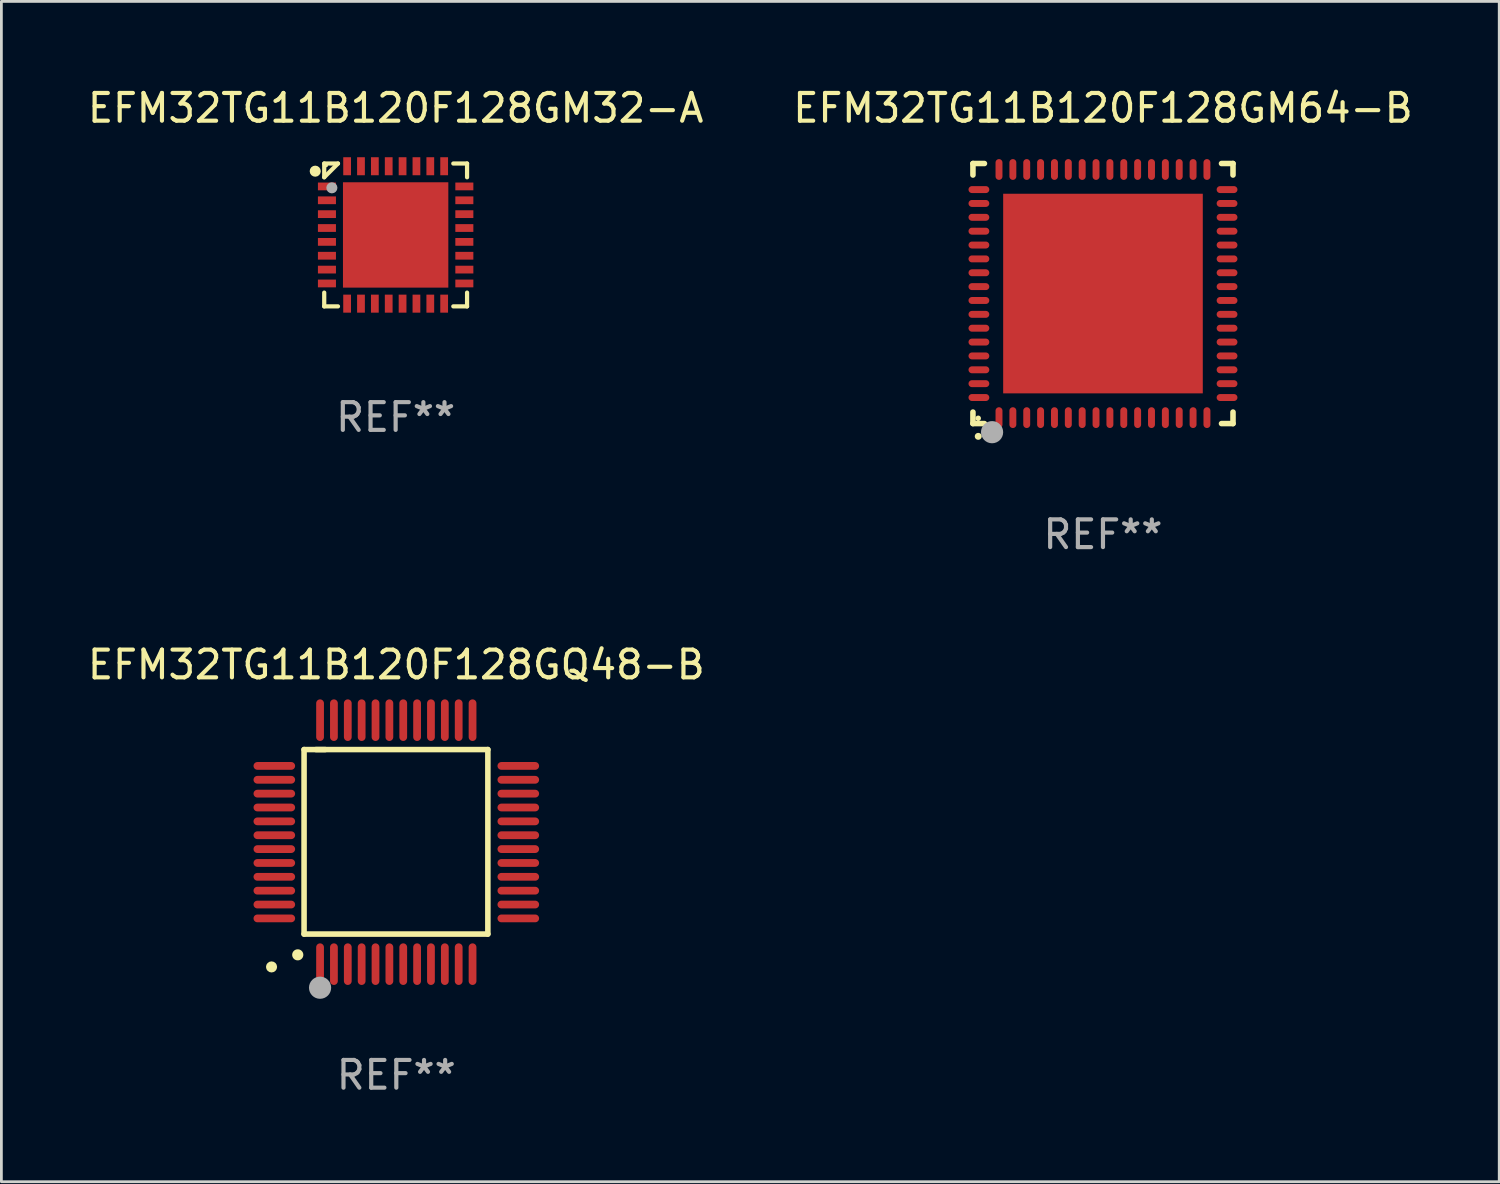
<source format=kicad_pcb>
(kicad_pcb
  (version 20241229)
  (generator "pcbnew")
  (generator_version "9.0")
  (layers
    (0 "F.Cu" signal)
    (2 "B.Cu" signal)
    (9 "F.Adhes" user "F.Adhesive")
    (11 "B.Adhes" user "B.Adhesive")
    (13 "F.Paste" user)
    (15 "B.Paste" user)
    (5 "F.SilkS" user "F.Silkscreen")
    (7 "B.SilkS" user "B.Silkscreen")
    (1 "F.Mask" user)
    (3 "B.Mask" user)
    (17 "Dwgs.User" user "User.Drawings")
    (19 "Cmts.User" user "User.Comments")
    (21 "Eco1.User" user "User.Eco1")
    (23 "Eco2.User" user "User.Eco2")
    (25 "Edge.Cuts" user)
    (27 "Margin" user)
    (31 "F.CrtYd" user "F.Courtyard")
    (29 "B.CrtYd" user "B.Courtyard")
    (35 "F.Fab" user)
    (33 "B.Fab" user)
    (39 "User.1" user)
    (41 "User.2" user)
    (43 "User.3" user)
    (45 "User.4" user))
  (footprint "EFM32TG11B120F128GM32-A"
    (layer "F.Cu")
    (at 11.22 5.424)
    (property "Reference" "EFM32TG11B120F128GM32-A" (at 0 -4.576 0) (layer "F.SilkS") (effects (font (size 1 1) (thickness 0.15))))
    (attr through_hole)
    (fp_line (start -2.576 -2.576) (end -2.576 -2.08) (stroke (width 0.152) (type solid)) (layer "F.SilkS"))
    (fp_line (start -2.576 2.576) (end -2.576 2.08) (stroke (width 0.152) (type solid)) (layer "F.SilkS"))
    (fp_line (start -2.08 -2.576) (end -2.576 -2.576) (stroke (width 0.152) (type solid)) (layer "F.SilkS"))
    (fp_line (start -2.08 -2.576) (end -2.576 -2.08) (stroke (width 0.152) (type solid)) (layer "F.SilkS"))
    (fp_line (start -2.08 2.576) (end -2.576 2.576) (stroke (width 0.152) (type solid)) (layer "F.SilkS"))
    (fp_line (start 2.08 -2.576) (end 2.576 -2.576) (stroke (width 0.152) (type solid)) (layer "F.SilkS"))
    (fp_line (start 2.08 2.576) (end 2.576 2.576) (stroke (width 0.152) (type solid)) (layer "F.SilkS"))
    (fp_line (start 2.576 -2.576) (end 2.576 -2.08) (stroke (width 0.152) (type solid)) (layer "F.SilkS"))
    (fp_line (start 2.576 2.576) (end 2.576 2.08) (stroke (width 0.152) (type solid)) (layer "F.SilkS"))
    (fp_circle (center -2.9 -2.3) (end -2.8 -2.3) (stroke (width 0.2) (type solid)) (fill no) (layer "F.SilkS"))
    (fp_circle (center -2.5 -2.5) (end -2.47 -2.5) (stroke (width 0.06) (type solid)) (fill no) (layer "F.SilkS"))
    (fp_circle (center -2.3 -1.7) (end -2.2 -1.7) (stroke (width 0.2) (type solid)) (fill no) (layer "F.Fab"))
    (fp_text user "REF**" (at 0 6.576 0) (layer "F.Fab") (effects (font (size 1 1) (thickness 0.15))))
    (pad "1" smd rect (at -2.478 -1.75) (size 0.65 0.28) (layers "F.Cu" "F.Mask" "F.Paste"))
    (pad "2" smd rect (at -2.478 -1.25) (size 0.65 0.28) (layers "F.Cu" "F.Mask" "F.Paste"))
    (pad "3" smd rect (at -2.478 -0.75) (size 0.65 0.28) (layers "F.Cu" "F.Mask" "F.Paste"))
    (pad "4" smd rect (at -2.478 -0.25) (size 0.65 0.28) (layers "F.Cu" "F.Mask" "F.Paste"))
    (pad "5" smd rect (at -2.478 0.25) (size 0.65 0.28) (layers "F.Cu" "F.Mask" "F.Paste"))
    (pad "6" smd rect (at -2.478 0.75) (size 0.65 0.28) (layers "F.Cu" "F.Mask" "F.Paste"))
    (pad "7" smd rect (at -2.478 1.25) (size 0.65 0.28) (layers "F.Cu" "F.Mask" "F.Paste"))
    (pad "8" smd rect (at -2.478 1.75) (size 0.65 0.28) (layers "F.Cu" "F.Mask" "F.Paste"))
    (pad "9" smd rect (at -1.75 2.478) (size 0.28 0.65) (layers "F.Cu" "F.Mask" "F.Paste"))
    (pad "10" smd rect (at -1.25 2.478) (size 0.28 0.65) (layers "F.Cu" "F.Mask" "F.Paste"))
    (pad "11" smd rect (at -0.75 2.478) (size 0.28 0.65) (layers "F.Cu" "F.Mask" "F.Paste"))
    (pad "12" smd rect (at -0.25 2.478) (size 0.28 0.65) (layers "F.Cu" "F.Mask" "F.Paste"))
    (pad "13" smd rect (at 0.25 2.478) (size 0.28 0.65) (layers "F.Cu" "F.Mask" "F.Paste"))
    (pad "14" smd rect (at 0.75 2.478) (size 0.28 0.65) (layers "F.Cu" "F.Mask" "F.Paste"))
    (pad "15" smd rect (at 1.25 2.478) (size 0.28 0.65) (layers "F.Cu" "F.Mask" "F.Paste"))
    (pad "16" smd rect (at 1.75 2.478) (size 0.28 0.65) (layers "F.Cu" "F.Mask" "F.Paste"))
    (pad "17" smd rect (at 2.478 1.75) (size 0.65 0.28) (layers "F.Cu" "F.Mask" "F.Paste"))
    (pad "18" smd rect (at 2.478 1.25) (size 0.65 0.28) (layers "F.Cu" "F.Mask" "F.Paste"))
    (pad "19" smd rect (at 2.478 0.75) (size 0.65 0.28) (layers "F.Cu" "F.Mask" "F.Paste"))
    (pad "20" smd rect (at 2.478 0.25) (size 0.65 0.28) (layers "F.Cu" "F.Mask" "F.Paste"))
    (pad "21" smd rect (at 2.478 -0.25) (size 0.65 0.28) (layers "F.Cu" "F.Mask" "F.Paste"))
    (pad "22" smd rect (at 2.478 -0.75) (size 0.65 0.28) (layers "F.Cu" "F.Mask" "F.Paste"))
    (pad "23" smd rect (at 2.478 -1.25) (size 0.65 0.28) (layers "F.Cu" "F.Mask" "F.Paste"))
    (pad "24" smd rect (at 2.478 -1.75) (size 0.65 0.28) (layers "F.Cu" "F.Mask" "F.Paste"))
    (pad "25" smd rect (at 1.75 -2.478) (size 0.28 0.65) (layers "F.Cu" "F.Mask" "F.Paste"))
    (pad "26" smd rect (at 1.25 -2.478) (size 0.28 0.65) (layers "F.Cu" "F.Mask" "F.Paste"))
    (pad "27" smd rect (at 0.75 -2.478) (size 0.28 0.65) (layers "F.Cu" "F.Mask" "F.Paste"))
    (pad "28" smd rect (at 0.25 -2.478) (size 0.28 0.65) (layers "F.Cu" "F.Mask" "F.Paste"))
    (pad "29" smd rect (at -0.25 -2.478) (size 0.28 0.65) (layers "F.Cu" "F.Mask" "F.Paste"))
    (pad "30" smd rect (at -0.75 -2.478) (size 0.28 0.65) (layers "F.Cu" "F.Mask" "F.Paste"))
    (pad "31" smd rect (at -1.25 -2.478) (size 0.28 0.65) (layers "F.Cu" "F.Mask" "F.Paste"))
    (pad "32" smd rect (at -1.75 -2.478) (size 0.28 0.65) (layers "F.Cu" "F.Mask" "F.Paste"))
    (pad "33" smd rect (at 0 0) (size 3.8 3.8) (layers "F.Cu" "F.Mask" "F.Paste")))
  (footprint "EFM32TG11B120F128GQ48-B"
    (layer "F.Cu")
    (at 11.244 27.325)
    (property "Reference" "EFM32TG11B120F128GQ48-B" (at 0 -6.4 0) (layer "F.SilkS") (effects (font (size 1 1) (thickness 0.15))))
    (attr through_hole)
    (fp_line (start -3.327 -3.34) (end -2.565 -3.34) (stroke (width 0.2) (type solid)) (layer "F.SilkS"))
    (fp_line (start -3.327 3.315) (end -3.327 -3.34) (stroke (width 0.2) (type solid)) (layer "F.SilkS"))
    (fp_line (start -2.896 -3.34) (end 3.302 -3.34) (stroke (width 0.2) (type solid)) (layer "F.SilkS"))
    (fp_line (start 3.302 -3.34) (end 3.302 3.315) (stroke (width 0.2) (type solid)) (layer "F.SilkS"))
    (fp_line (start 3.302 3.315) (end -3.327 3.315) (stroke (width 0.2) (type solid)) (layer "F.SilkS"))
    (fp_arc (start -3.556007 4.064008) (mid -3.554737 4.064004) (end -3.553467 4.064008) (stroke (width 0.4) (type solid)) (layer "F.SilkS"))
    (fp_circle (center -4.5 4.5) (end -4.4 4.5) (stroke (width 0.2) (type solid)) (fill no) (layer "F.SilkS"))
    (fp_circle (center -2.75 5.25) (end -2.55 5.25) (stroke (width 0.4) (type solid)) (fill no) (layer "F.Fab"))
    (fp_text user "REF**" (at 0 8.4 0) (layer "F.Fab") (effects (font (size 1 1) (thickness 0.15))))
    (pad "1" smd oval (at -2.75 4.4 180) (size 0.28 1.5) (layers "F.Cu" "F.Mask" "F.Paste"))
    (pad "2" smd oval (at -2.25 4.4 180) (size 0.28 1.5) (layers "F.Cu" "F.Mask" "F.Paste"))
    (pad "3" smd oval (at -1.75 4.4 180) (size 0.28 1.5) (layers "F.Cu" "F.Mask" "F.Paste"))
    (pad "4" smd oval (at -1.25 4.4 180) (size 0.28 1.5) (layers "F.Cu" "F.Mask" "F.Paste"))
    (pad "5" smd oval (at -0.75 4.4 180) (size 0.28 1.5) (layers "F.Cu" "F.Mask" "F.Paste"))
    (pad "6" smd oval (at -0.25 4.4 180) (size 0.28 1.5) (layers "F.Cu" "F.Mask" "F.Paste"))
    (pad "7" smd oval (at 0.25 4.4 180) (size 0.28 1.5) (layers "F.Cu" "F.Mask" "F.Paste"))
    (pad "8" smd oval (at 0.75 4.4 180) (size 0.28 1.5) (layers "F.Cu" "F.Mask" "F.Paste"))
    (pad "9" smd oval (at 1.25 4.4 180) (size 0.28 1.5) (layers "F.Cu" "F.Mask" "F.Paste"))
    (pad "10" smd oval (at 1.75 4.4 180) (size 0.28 1.5) (layers "F.Cu" "F.Mask" "F.Paste"))
    (pad "11" smd oval (at 2.25 4.4 180) (size 0.28 1.5) (layers "F.Cu" "F.Mask" "F.Paste"))
    (pad "12" smd oval (at 2.75 4.4 180) (size 0.28 1.5) (layers "F.Cu" "F.Mask" "F.Paste"))
    (pad "13" smd oval (at 4.4 2.75 90) (size 0.28 1.5) (layers "F.Cu" "F.Mask" "F.Paste"))
    (pad "14" smd oval (at 4.4 2.25 90) (size 0.28 1.5) (layers "F.Cu" "F.Mask" "F.Paste"))
    (pad "15" smd oval (at 4.4 1.75 90) (size 0.28 1.5) (layers "F.Cu" "F.Mask" "F.Paste"))
    (pad "16" smd oval (at 4.4 1.25 90) (size 0.28 1.5) (layers "F.Cu" "F.Mask" "F.Paste"))
    (pad "17" smd oval (at 4.4 0.75 90) (size 0.28 1.5) (layers "F.Cu" "F.Mask" "F.Paste"))
    (pad "18" smd oval (at 4.4 0.25 90) (size 0.28 1.5) (layers "F.Cu" "F.Mask" "F.Paste"))
    (pad "19" smd oval (at 4.4 -0.25 90) (size 0.28 1.5) (layers "F.Cu" "F.Mask" "F.Paste"))
    (pad "20" smd oval (at 4.4 -0.75 90) (size 0.28 1.5) (layers "F.Cu" "F.Mask" "F.Paste"))
    (pad "21" smd oval (at 4.4 -1.25 90) (size 0.28 1.5) (layers "F.Cu" "F.Mask" "F.Paste"))
    (pad "22" smd oval (at 4.4 -1.75 90) (size 0.28 1.5) (layers "F.Cu" "F.Mask" "F.Paste"))
    (pad "23" smd oval (at 4.4 -2.25 90) (size 0.28 1.5) (layers "F.Cu" "F.Mask" "F.Paste"))
    (pad "24" smd oval (at 4.4 -2.75 90) (size 0.28 1.5) (layers "F.Cu" "F.Mask" "F.Paste"))
    (pad "25" smd oval (at 2.75 -4.4 180) (size 0.28 1.5) (layers "F.Cu" "F.Mask" "F.Paste"))
    (pad "26" smd oval (at 2.25 -4.4 180) (size 0.28 1.5) (layers "F.Cu" "F.Mask" "F.Paste"))
    (pad "27" smd oval (at 1.75 -4.4 180) (size 0.28 1.5) (layers "F.Cu" "F.Mask" "F.Paste"))
    (pad "28" smd oval (at 1.25 -4.4 180) (size 0.28 1.5) (layers "F.Cu" "F.Mask" "F.Paste"))
    (pad "29" smd oval (at 0.75 -4.4 180) (size 0.28 1.5) (layers "F.Cu" "F.Mask" "F.Paste"))
    (pad "30" smd oval (at 0.25 -4.4 180) (size 0.28 1.5) (layers "F.Cu" "F.Mask" "F.Paste"))
    (pad "31" smd oval (at -0.25 -4.4 180) (size 0.28 1.5) (layers "F.Cu" "F.Mask" "F.Paste"))
    (pad "32" smd oval (at -0.75 -4.4 180) (size 0.28 1.5) (layers "F.Cu" "F.Mask" "F.Paste"))
    (pad "33" smd oval (at -1.25 -4.4 180) (size 0.28 1.5) (layers "F.Cu" "F.Mask" "F.Paste"))
    (pad "34" smd oval (at -1.75 -4.4 180) (size 0.28 1.5) (layers "F.Cu" "F.Mask" "F.Paste"))
    (pad "35" smd oval (at -2.25 -4.4 180) (size 0.28 1.5) (layers "F.Cu" "F.Mask" "F.Paste"))
    (pad "36" smd oval (at -2.75 -4.4 180) (size 0.28 1.5) (layers "F.Cu" "F.Mask" "F.Paste"))
    (pad "37" smd oval (at -4.4 -2.75 90) (size 0.28 1.5) (layers "F.Cu" "F.Mask" "F.Paste"))
    (pad "38" smd oval (at -4.4 -2.25 90) (size 0.28 1.5) (layers "F.Cu" "F.Mask" "F.Paste"))
    (pad "39" smd oval (at -4.4 -1.75 90) (size 0.28 1.5) (layers "F.Cu" "F.Mask" "F.Paste"))
    (pad "40" smd oval (at -4.4 -1.25 90) (size 0.28 1.5) (layers "F.Cu" "F.Mask" "F.Paste"))
    (pad "41" smd oval (at -4.4 -0.75 90) (size 0.28 1.5) (layers "F.Cu" "F.Mask" "F.Paste"))
    (pad "42" smd oval (at -4.4 -0.25 90) (size 0.28 1.5) (layers "F.Cu" "F.Mask" "F.Paste"))
    (pad "43" smd oval (at -4.4 0.25 90) (size 0.28 1.5) (layers "F.Cu" "F.Mask" "F.Paste"))
    (pad "44" smd oval (at -4.4 0.75 90) (size 0.28 1.5) (layers "F.Cu" "F.Mask" "F.Paste"))
    (pad "45" smd oval (at -4.4 1.25 90) (size 0.28 1.5) (layers "F.Cu" "F.Mask" "F.Paste"))
    (pad "46" smd oval (at -4.4 1.75 90) (size 0.28 1.5) (layers "F.Cu" "F.Mask" "F.Paste"))
    (pad "47" smd oval (at -4.4 2.25 90) (size 0.28 1.5) (layers "F.Cu" "F.Mask" "F.Paste"))
    (pad "48" smd oval (at -4.4 2.75 90) (size 0.28 1.5) (layers "F.Cu" "F.Mask" "F.Paste")))
  (footprint "EFM32TG11B120F128GM64-B"
    (layer "F.Cu")
    (at 36.732 7.538)
    (property "Reference" "EFM32TG11B120F128GM64-B" (at 0 -6.69 0) (layer "F.SilkS") (effects (font (size 1 1) (thickness 0.15))))
    (attr through_hole)
    (fp_line (start -4.69 -4.69) (end -4.275 -4.69) (stroke (width 0.2) (type solid)) (layer "F.SilkS"))
    (fp_line (start -4.69 -4.275) (end -4.69 -4.69) (stroke (width 0.2) (type solid)) (layer "F.SilkS"))
    (fp_line (start -4.69 4.69) (end -4.69 4.275) (stroke (width 0.2) (type solid)) (layer "F.SilkS"))
    (fp_line (start -4.275 4.69) (end -4.69 4.69) (stroke (width 0.2) (type solid)) (layer "F.SilkS"))
    (fp_line (start 4.275 4.69) (end 4.69 4.69) (stroke (width 0.2) (type solid)) (layer "F.SilkS"))
    (fp_line (start 4.69 -4.69) (end 4.275 -4.69) (stroke (width 0.2) (type solid)) (layer "F.SilkS"))
    (fp_line (start 4.69 -4.275) (end 4.69 -4.69) (stroke (width 0.2) (type solid)) (layer "F.SilkS"))
    (fp_line (start 4.69 4.69) (end 4.69 4.275) (stroke (width 0.2) (type solid)) (layer "F.SilkS"))
    (fp_arc (start -4.499886 5.15) (mid -4.498616 5.149994) (end -4.497346 5.15) (stroke (width 0.24892) (type solid)) (layer "F.SilkS"))
    (fp_circle (center -4.5 4.5) (end -4.45 4.5) (stroke (width 0.1) (type solid)) (fill no) (layer "F.SilkS"))
    (fp_circle (center -4 5) (end -3.8 5) (stroke (width 0.4) (type solid)) (fill no) (layer "F.Fab"))
    (fp_text user "REF**" (at 0 8.69 0) (layer "F.Fab") (effects (font (size 1 1) (thickness 0.15))))
    (pad "1" smd oval (at -3.75 4.475) (size 0.25 0.75) (layers "F.Cu" "F.Mask" "F.Paste"))
    (pad "2" smd oval (at -3.25 4.475) (size 0.25 0.75) (layers "F.Cu" "F.Mask" "F.Paste"))
    (pad "3" smd oval (at -2.75 4.475) (size 0.25 0.75) (layers "F.Cu" "F.Mask" "F.Paste"))
    (pad "4" smd oval (at -2.25 4.475) (size 0.25 0.75) (layers "F.Cu" "F.Mask" "F.Paste"))
    (pad "5" smd oval (at -1.75 4.475) (size 0.25 0.75) (layers "F.Cu" "F.Mask" "F.Paste"))
    (pad "6" smd oval (at -1.25 4.475) (size 0.25 0.75) (layers "F.Cu" "F.Mask" "F.Paste"))
    (pad "7" smd oval (at -0.75 4.475) (size 0.25 0.75) (layers "F.Cu" "F.Mask" "F.Paste"))
    (pad "8" smd oval (at -0.25 4.475) (size 0.25 0.75) (layers "F.Cu" "F.Mask" "F.Paste"))
    (pad "9" smd oval (at 0.25 4.475) (size 0.25 0.75) (layers "F.Cu" "F.Mask" "F.Paste"))
    (pad "10" smd oval (at 0.75 4.475) (size 0.25 0.75) (layers "F.Cu" "F.Mask" "F.Paste"))
    (pad "11" smd oval (at 1.25 4.475) (size 0.25 0.75) (layers "F.Cu" "F.Mask" "F.Paste"))
    (pad "12" smd oval (at 1.75 4.475) (size 0.25 0.75) (layers "F.Cu" "F.Mask" "F.Paste"))
    (pad "13" smd oval (at 2.25 4.475) (size 0.25 0.75) (layers "F.Cu" "F.Mask" "F.Paste"))
    (pad "14" smd oval (at 2.75 4.475) (size 0.25 0.75) (layers "F.Cu" "F.Mask" "F.Paste"))
    (pad "15" smd oval (at 3.25 4.475) (size 0.25 0.75) (layers "F.Cu" "F.Mask" "F.Paste"))
    (pad "16" smd oval (at 3.75 4.475) (size 0.25 0.75) (layers "F.Cu" "F.Mask" "F.Paste"))
    (pad "17" smd oval (at 4.475 3.75) (size 0.75 0.25) (layers "F.Cu" "F.Mask" "F.Paste"))
    (pad "18" smd oval (at 4.475 3.25) (size 0.75 0.25) (layers "F.Cu" "F.Mask" "F.Paste"))
    (pad "19" smd oval (at 4.475 2.75) (size 0.75 0.25) (layers "F.Cu" "F.Mask" "F.Paste"))
    (pad "20" smd oval (at 4.475 2.25) (size 0.75 0.25) (layers "F.Cu" "F.Mask" "F.Paste"))
    (pad "21" smd oval (at 4.475 1.75) (size 0.75 0.25) (layers "F.Cu" "F.Mask" "F.Paste"))
    (pad "22" smd oval (at 4.475 1.25) (size 0.75 0.25) (layers "F.Cu" "F.Mask" "F.Paste"))
    (pad "23" smd oval (at 4.475 0.75) (size 0.75 0.25) (layers "F.Cu" "F.Mask" "F.Paste"))
    (pad "24" smd oval (at 4.475 0.25) (size 0.75 0.25) (layers "F.Cu" "F.Mask" "F.Paste"))
    (pad "25" smd oval (at 4.475 -0.25) (size 0.75 0.25) (layers "F.Cu" "F.Mask" "F.Paste"))
    (pad "26" smd oval (at 4.475 -0.75) (size 0.75 0.25) (layers "F.Cu" "F.Mask" "F.Paste"))
    (pad "27" smd oval (at 4.475 -1.25) (size 0.75 0.25) (layers "F.Cu" "F.Mask" "F.Paste"))
    (pad "28" smd oval (at 4.475 -1.75) (size 0.75 0.25) (layers "F.Cu" "F.Mask" "F.Paste"))
    (pad "29" smd oval (at 4.475 -2.25) (size 0.75 0.25) (layers "F.Cu" "F.Mask" "F.Paste"))
    (pad "30" smd oval (at 4.475 -2.75) (size 0.75 0.25) (layers "F.Cu" "F.Mask" "F.Paste"))
    (pad "31" smd oval (at 4.475 -3.25) (size 0.75 0.25) (layers "F.Cu" "F.Mask" "F.Paste"))
    (pad "32" smd oval (at 4.475 -3.75) (size 0.75 0.25) (layers "F.Cu" "F.Mask" "F.Paste"))
    (pad "33" smd oval (at 3.75 -4.475) (size 0.25 0.75) (layers "F.Cu" "F.Mask" "F.Paste"))
    (pad "34" smd oval (at 3.25 -4.475) (size 0.25 0.75) (layers "F.Cu" "F.Mask" "F.Paste"))
    (pad "35" smd oval (at 2.75 -4.475) (size 0.25 0.75) (layers "F.Cu" "F.Mask" "F.Paste"))
    (pad "36" smd oval (at 2.25 -4.475) (size 0.25 0.75) (layers "F.Cu" "F.Mask" "F.Paste"))
    (pad "37" smd oval (at 1.75 -4.475) (size 0.25 0.75) (layers "F.Cu" "F.Mask" "F.Paste"))
    (pad "38" smd oval (at 1.25 -4.475) (size 0.25 0.75) (layers "F.Cu" "F.Mask" "F.Paste"))
    (pad "39" smd oval (at 0.75 -4.475) (size 0.25 0.75) (layers "F.Cu" "F.Mask" "F.Paste"))
    (pad "40" smd oval (at 0.25 -4.475) (size 0.25 0.75) (layers "F.Cu" "F.Mask" "F.Paste"))
    (pad "41" smd oval (at -0.25 -4.475) (size 0.25 0.75) (layers "F.Cu" "F.Mask" "F.Paste"))
    (pad "42" smd oval (at -0.75 -4.475) (size 0.25 0.75) (layers "F.Cu" "F.Mask" "F.Paste"))
    (pad "43" smd oval (at -1.25 -4.475) (size 0.25 0.75) (layers "F.Cu" "F.Mask" "F.Paste"))
    (pad "44" smd oval (at -1.75 -4.475) (size 0.25 0.75) (layers "F.Cu" "F.Mask" "F.Paste"))
    (pad "45" smd oval (at -2.25 -4.475) (size 0.25 0.75) (layers "F.Cu" "F.Mask" "F.Paste"))
    (pad "46" smd oval (at -2.75 -4.475) (size 0.25 0.75) (layers "F.Cu" "F.Mask" "F.Paste"))
    (pad "47" smd oval (at -3.25 -4.475) (size 0.25 0.75) (layers "F.Cu" "F.Mask" "F.Paste"))
    (pad "48" smd oval (at -3.75 -4.475) (size 0.25 0.75) (layers "F.Cu" "F.Mask" "F.Paste"))
    (pad "49" smd oval (at -4.475 -3.75) (size 0.75 0.25) (layers "F.Cu" "F.Mask" "F.Paste"))
    (pad "50" smd oval (at -4.475 -3.25) (size 0.75 0.25) (layers "F.Cu" "F.Mask" "F.Paste"))
    (pad "51" smd oval (at -4.475 -2.75) (size 0.75 0.25) (layers "F.Cu" "F.Mask" "F.Paste"))
    (pad "52" smd oval (at -4.475 -2.25) (size 0.75 0.25) (layers "F.Cu" "F.Mask" "F.Paste"))
    (pad "53" smd oval (at -4.475 -1.75) (size 0.75 0.25) (layers "F.Cu" "F.Mask" "F.Paste"))
    (pad "54" smd oval (at -4.475 -1.25) (size 0.75 0.25) (layers "F.Cu" "F.Mask" "F.Paste"))
    (pad "55" smd oval (at -4.475 -0.75) (size 0.75 0.25) (layers "F.Cu" "F.Mask" "F.Paste"))
    (pad "56" smd oval (at -4.475 -0.25) (size 0.75 0.25) (layers "F.Cu" "F.Mask" "F.Paste"))
    (pad "57" smd oval (at -4.475 0.25) (size 0.75 0.25) (layers "F.Cu" "F.Mask" "F.Paste"))
    (pad "58" smd oval (at -4.475 0.75) (size 0.75 0.25) (layers "F.Cu" "F.Mask" "F.Paste"))
    (pad "59" smd oval (at -4.475 1.25) (size 0.75 0.25) (layers "F.Cu" "F.Mask" "F.Paste"))
    (pad "60" smd oval (at -4.475 1.75) (size 0.75 0.25) (layers "F.Cu" "F.Mask" "F.Paste"))
    (pad "61" smd oval (at -4.475 2.25) (size 0.75 0.25) (layers "F.Cu" "F.Mask" "F.Paste"))
    (pad "62" smd oval (at -4.475 2.75) (size 0.75 0.25) (layers "F.Cu" "F.Mask" "F.Paste"))
    (pad "63" smd oval (at -4.475 3.25) (size 0.75 0.25) (layers "F.Cu" "F.Mask" "F.Paste"))
    (pad "64" smd oval (at -4.475 3.75) (size 0.75 0.25) (layers "F.Cu" "F.Mask" "F.Paste"))
    (pad "65" smd rect (at 0.000368 0.000013) (size 7.2 7.2) (layers "F.Cu" "F.Mask" "F.Paste")))
  (gr_rect
    (start -3 -3)
    (end 51.024 39.573)
    (stroke (width 0.1) (type default))
    (fill no)
    (layer "Edge.Cuts")))
</source>
